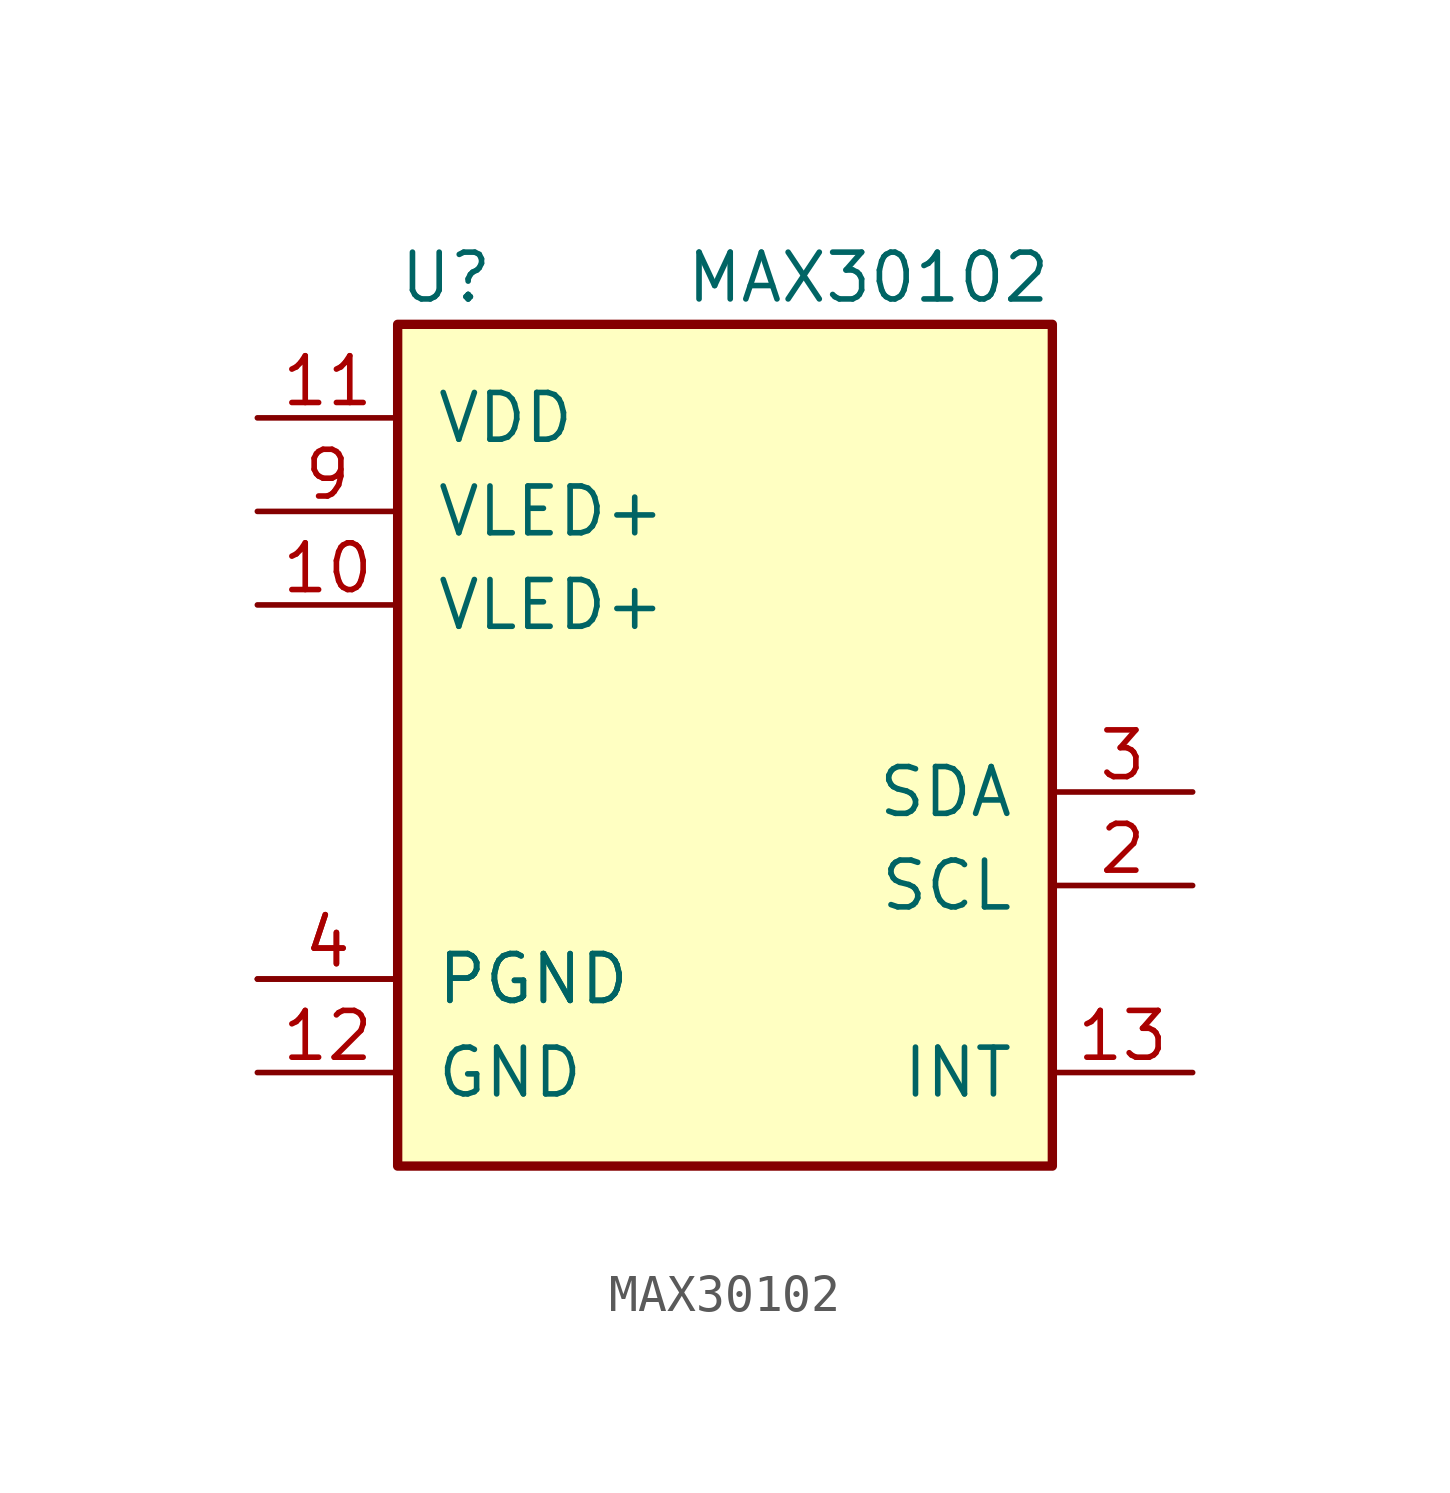
<source format=kicad_sym>
(kicad_symbol_lib
  (version 20211014)
  (generator kicad_symbol_editor)
  (symbol "MAX30102"
    (pin_names
      (offset 1.016))
    (property "Reference" "U"
      (at -8.89 11.43 0)
      (effects (font (size 1.27 1.27)) (justify left)))
    (property "Value" "MAX30102"
      (at 8.89 11.43 0)
      (effects (font (size 1.27 1.27)) (justify right)))
    (symbol "MAX30102_0_1"
      (rectangle (start 8.89 10.16) (end -8.89 -12.7) (stroke (width 0.254) (type default) (color 0 0 0 0)) (fill (type background))))
    (symbol "MAX30102_1_1"
      (pin no_connect line (at 12.7 7.62 180) (length 3.81) hide (name "NC" (effects (font (size 1.27 1.27)))) (number "1" (effects (font (size 1.27 1.27)))))
      (pin power_in line (at -12.7 2.54 0) (length 3.81) (name "VLED+" (effects (font (size 1.27 1.27)))) (number "10" (effects (font (size 1.27 1.27)))))
      (pin power_in line (at -12.7 7.62 0) (length 3.81) (name "VDD" (effects (font (size 1.27 1.27)))) (number "11" (effects (font (size 1.27 1.27)))))
      (pin power_in line (at -12.7 -10.16 0) (length 3.81) (name "GND" (effects (font (size 1.27 1.27)))) (number "12" (effects (font (size 1.27 1.27)))))
      (pin open_collector line (at 12.7 -10.16 180) (length 3.81) (name "INT" (effects (font (size 1.27 1.27)))) (number "13" (effects (font (size 1.27 1.27)))))
      (pin no_connect line (at -12.7 -5.08 0) (length 3.81) hide (name "NC" (effects (font (size 1.27 1.27)))) (number "14" (effects (font (size 1.27 1.27)))))
      (pin input line (at 12.7 -5.08 180) (length 3.81) (name "SCL" (effects (font (size 1.27 1.27)))) (number "2" (effects (font (size 1.27 1.27)))))
      (pin bidirectional line (at 12.7 -2.54 180) (length 3.81) (name "SDA" (effects (font (size 1.27 1.27)))) (number "3" (effects (font (size 1.27 1.27)))))
      (pin power_in line (at -12.7 -7.62 0) (length 3.81) (name "PGND" (effects (font (size 1.27 1.27)))) (number "4" (effects (font (size 1.27 1.27)))))
      (pin power_in line (at -12.7 -7.62 0) (length 3.81) (name "PGND" (effects (font (size 1.27 1.27)))) (number "4" (effects (font (size 1.27 1.27)))))
      (pin no_connect line (at 12.7 5.08 180) (length 3.81) hide (name "NC" (effects (font (size 1.27 1.27)))) (number "5" (effects (font (size 1.27 1.27)))))
      (pin no_connect line (at 12.7 2.54 180) (length 3.81) hide (name "NC" (effects (font (size 1.27 1.27)))) (number "6" (effects (font (size 1.27 1.27)))))
      (pin no_connect line (at 12.7 0 180) (length 3.81) hide (name "NC" (effects (font (size 1.27 1.27)))) (number "7" (effects (font (size 1.27 1.27)))))
      (pin no_connect line (at -12.7 -2.54 0) (length 3.81) hide (name "NC" (effects (font (size 1.27 1.27)))) (number "8" (effects (font (size 1.27 1.27)))))
      (pin power_in line (at -12.7 5.08 0) (length 3.81) (name "VLED+" (effects (font (size 1.27 1.27)))) (number "9" (effects (font (size 1.27 1.27))))))))
</source>
